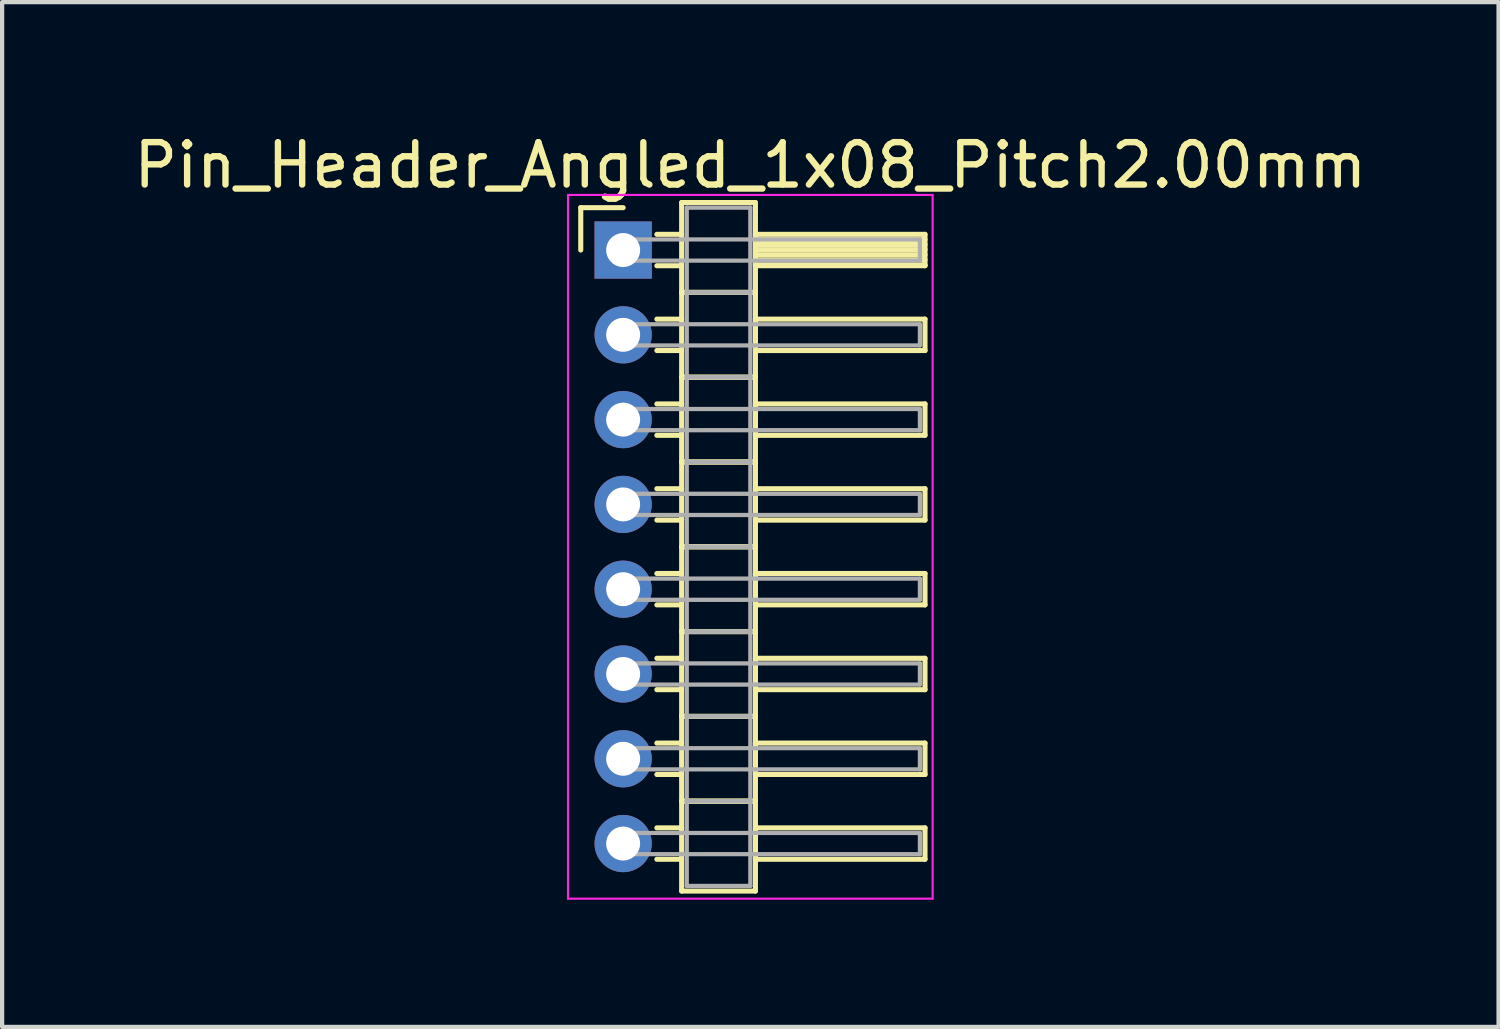
<source format=kicad_pcb>
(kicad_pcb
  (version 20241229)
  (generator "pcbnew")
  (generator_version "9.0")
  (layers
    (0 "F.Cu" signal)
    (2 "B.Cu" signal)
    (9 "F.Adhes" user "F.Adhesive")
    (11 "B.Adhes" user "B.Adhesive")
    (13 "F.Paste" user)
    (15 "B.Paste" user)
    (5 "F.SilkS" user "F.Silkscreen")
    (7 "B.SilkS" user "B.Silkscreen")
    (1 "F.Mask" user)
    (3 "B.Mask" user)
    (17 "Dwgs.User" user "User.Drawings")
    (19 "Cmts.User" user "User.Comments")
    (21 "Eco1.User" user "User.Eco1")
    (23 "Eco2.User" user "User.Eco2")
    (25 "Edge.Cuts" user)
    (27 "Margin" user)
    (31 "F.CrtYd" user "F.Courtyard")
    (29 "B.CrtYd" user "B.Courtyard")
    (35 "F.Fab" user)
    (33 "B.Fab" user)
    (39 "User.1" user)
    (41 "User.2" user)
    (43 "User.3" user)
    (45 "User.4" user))
  (footprint "Pin_Header_Angled_1x08_Pitch2.00mm"
    (layer "F.Cu")
    (at 11.649 2.848)
    (property "Reference" "Pin_Header_Angled_1x08_Pitch2.00mm" (at 3 -2 0) (layer "F.SilkS") (effects (font (size 1 1) (thickness 0.15))))
    (attr through_hole)
    (fp_line (start -1 -1) (end 0 -1) (stroke (width 0.12) (type solid)) (layer "F.SilkS"))
    (fp_line (start -1 0) (end -1 -1) (stroke (width 0.12) (type solid)) (layer "F.SilkS"))
    (fp_line (start 0.795 -0.37) (end 1.38 -0.37) (stroke (width 0.12) (type solid)) (layer "F.SilkS"))
    (fp_line (start 0.795 0.37) (end 1.38 0.37) (stroke (width 0.12) (type solid)) (layer "F.SilkS"))
    (fp_line (start 0.795 1.63) (end 1.38 1.63) (stroke (width 0.12) (type solid)) (layer "F.SilkS"))
    (fp_line (start 0.795 2.37) (end 1.38 2.37) (stroke (width 0.12) (type solid)) (layer "F.SilkS"))
    (fp_line (start 0.795 3.63) (end 1.38 3.63) (stroke (width 0.12) (type solid)) (layer "F.SilkS"))
    (fp_line (start 0.795 4.37) (end 1.38 4.37) (stroke (width 0.12) (type solid)) (layer "F.SilkS"))
    (fp_line (start 0.795 5.63) (end 1.38 5.63) (stroke (width 0.12) (type solid)) (layer "F.SilkS"))
    (fp_line (start 0.795 6.37) (end 1.38 6.37) (stroke (width 0.12) (type solid)) (layer "F.SilkS"))
    (fp_line (start 0.795 7.63) (end 1.38 7.63) (stroke (width 0.12) (type solid)) (layer "F.SilkS"))
    (fp_line (start 0.795 8.37) (end 1.38 8.37) (stroke (width 0.12) (type solid)) (layer "F.SilkS"))
    (fp_line (start 0.795 9.63) (end 1.38 9.63) (stroke (width 0.12) (type solid)) (layer "F.SilkS"))
    (fp_line (start 0.795 10.37) (end 1.38 10.37) (stroke (width 0.12) (type solid)) (layer "F.SilkS"))
    (fp_line (start 0.795 11.63) (end 1.38 11.63) (stroke (width 0.12) (type solid)) (layer "F.SilkS"))
    (fp_line (start 0.795 12.37) (end 1.38 12.37) (stroke (width 0.12) (type solid)) (layer "F.SilkS"))
    (fp_line (start 0.795 13.63) (end 1.38 13.63) (stroke (width 0.12) (type solid)) (layer "F.SilkS"))
    (fp_line (start 0.795 14.37) (end 1.38 14.37) (stroke (width 0.12) (type solid)) (layer "F.SilkS"))
    (fp_line (start 1.38 -1.12) (end 1.38 1) (stroke (width 0.12) (type solid)) (layer "F.SilkS"))
    (fp_line (start 1.38 1) (end 1.38 3) (stroke (width 0.12) (type solid)) (layer "F.SilkS"))
    (fp_line (start 1.38 1) (end 3.12 1) (stroke (width 0.12) (type solid)) (layer "F.SilkS"))
    (fp_line (start 1.38 3) (end 1.38 5) (stroke (width 0.12) (type solid)) (layer "F.SilkS"))
    (fp_line (start 1.38 3) (end 3.12 3) (stroke (width 0.12) (type solid)) (layer "F.SilkS"))
    (fp_line (start 1.38 5) (end 1.38 7) (stroke (width 0.12) (type solid)) (layer "F.SilkS"))
    (fp_line (start 1.38 5) (end 3.12 5) (stroke (width 0.12) (type solid)) (layer "F.SilkS"))
    (fp_line (start 1.38 7) (end 1.38 9) (stroke (width 0.12) (type solid)) (layer "F.SilkS"))
    (fp_line (start 1.38 7) (end 3.12 7) (stroke (width 0.12) (type solid)) (layer "F.SilkS"))
    (fp_line (start 1.38 9) (end 1.38 11) (stroke (width 0.12) (type solid)) (layer "F.SilkS"))
    (fp_line (start 1.38 9) (end 3.12 9) (stroke (width 0.12) (type solid)) (layer "F.SilkS"))
    (fp_line (start 1.38 11) (end 1.38 13) (stroke (width 0.12) (type solid)) (layer "F.SilkS"))
    (fp_line (start 1.38 11) (end 3.12 11) (stroke (width 0.12) (type solid)) (layer "F.SilkS"))
    (fp_line (start 1.38 13) (end 1.38 15.12) (stroke (width 0.12) (type solid)) (layer "F.SilkS"))
    (fp_line (start 1.38 13) (end 3.12 13) (stroke (width 0.12) (type solid)) (layer "F.SilkS"))
    (fp_line (start 1.38 15.12) (end 3.12 15.12) (stroke (width 0.12) (type solid)) (layer "F.SilkS"))
    (fp_line (start 3.12 -1.12) (end 1.38 -1.12) (stroke (width 0.12) (type solid)) (layer "F.SilkS"))
    (fp_line (start 3.12 -0.37) (end 3.12 0.37) (stroke (width 0.12) (type solid)) (layer "F.SilkS"))
    (fp_line (start 3.12 -0.25) (end 7.12 -0.25) (stroke (width 0.12) (type solid)) (layer "F.SilkS"))
    (fp_line (start 3.12 -0.13) (end 7.12 -0.13) (stroke (width 0.12) (type solid)) (layer "F.SilkS"))
    (fp_line (start 3.12 -0.01) (end 7.12 -0.01) (stroke (width 0.12) (type solid)) (layer "F.SilkS"))
    (fp_line (start 3.12 0.11) (end 7.12 0.11) (stroke (width 0.12) (type solid)) (layer "F.SilkS"))
    (fp_line (start 3.12 0.23) (end 7.12 0.23) (stroke (width 0.12) (type solid)) (layer "F.SilkS"))
    (fp_line (start 3.12 0.35) (end 7.12 0.35) (stroke (width 0.12) (type solid)) (layer "F.SilkS"))
    (fp_line (start 3.12 0.37) (end 7.12 0.37) (stroke (width 0.12) (type solid)) (layer "F.SilkS"))
    (fp_line (start 3.12 1) (end 1.38 1) (stroke (width 0.12) (type solid)) (layer "F.SilkS"))
    (fp_line (start 3.12 1) (end 3.12 -1.12) (stroke (width 0.12) (type solid)) (layer "F.SilkS"))
    (fp_line (start 3.12 1.63) (end 3.12 2.37) (stroke (width 0.12) (type solid)) (layer "F.SilkS"))
    (fp_line (start 3.12 2.37) (end 7.12 2.37) (stroke (width 0.12) (type solid)) (layer "F.SilkS"))
    (fp_line (start 3.12 3) (end 1.38 3) (stroke (width 0.12) (type solid)) (layer "F.SilkS"))
    (fp_line (start 3.12 3) (end 3.12 1) (stroke (width 0.12) (type solid)) (layer "F.SilkS"))
    (fp_line (start 3.12 3.63) (end 3.12 4.37) (stroke (width 0.12) (type solid)) (layer "F.SilkS"))
    (fp_line (start 3.12 4.37) (end 7.12 4.37) (stroke (width 0.12) (type solid)) (layer "F.SilkS"))
    (fp_line (start 3.12 5) (end 1.38 5) (stroke (width 0.12) (type solid)) (layer "F.SilkS"))
    (fp_line (start 3.12 5) (end 3.12 3) (stroke (width 0.12) (type solid)) (layer "F.SilkS"))
    (fp_line (start 3.12 5.63) (end 3.12 6.37) (stroke (width 0.12) (type solid)) (layer "F.SilkS"))
    (fp_line (start 3.12 6.37) (end 7.12 6.37) (stroke (width 0.12) (type solid)) (layer "F.SilkS"))
    (fp_line (start 3.12 7) (end 1.38 7) (stroke (width 0.12) (type solid)) (layer "F.SilkS"))
    (fp_line (start 3.12 7) (end 3.12 5) (stroke (width 0.12) (type solid)) (layer "F.SilkS"))
    (fp_line (start 3.12 7.63) (end 3.12 8.37) (stroke (width 0.12) (type solid)) (layer "F.SilkS"))
    (fp_line (start 3.12 8.37) (end 7.12 8.37) (stroke (width 0.12) (type solid)) (layer "F.SilkS"))
    (fp_line (start 3.12 9) (end 1.38 9) (stroke (width 0.12) (type solid)) (layer "F.SilkS"))
    (fp_line (start 3.12 9) (end 3.12 7) (stroke (width 0.12) (type solid)) (layer "F.SilkS"))
    (fp_line (start 3.12 9.63) (end 3.12 10.37) (stroke (width 0.12) (type solid)) (layer "F.SilkS"))
    (fp_line (start 3.12 10.37) (end 7.12 10.37) (stroke (width 0.12) (type solid)) (layer "F.SilkS"))
    (fp_line (start 3.12 11) (end 1.38 11) (stroke (width 0.12) (type solid)) (layer "F.SilkS"))
    (fp_line (start 3.12 11) (end 3.12 9) (stroke (width 0.12) (type solid)) (layer "F.SilkS"))
    (fp_line (start 3.12 11.63) (end 3.12 12.37) (stroke (width 0.12) (type solid)) (layer "F.SilkS"))
    (fp_line (start 3.12 12.37) (end 7.12 12.37) (stroke (width 0.12) (type solid)) (layer "F.SilkS"))
    (fp_line (start 3.12 13) (end 1.38 13) (stroke (width 0.12) (type solid)) (layer "F.SilkS"))
    (fp_line (start 3.12 13) (end 3.12 11) (stroke (width 0.12) (type solid)) (layer "F.SilkS"))
    (fp_line (start 3.12 13.63) (end 3.12 14.37) (stroke (width 0.12) (type solid)) (layer "F.SilkS"))
    (fp_line (start 3.12 14.37) (end 7.12 14.37) (stroke (width 0.12) (type solid)) (layer "F.SilkS"))
    (fp_line (start 3.12 15.12) (end 3.12 13) (stroke (width 0.12) (type solid)) (layer "F.SilkS"))
    (fp_line (start 7.12 -0.37) (end 3.12 -0.37) (stroke (width 0.12) (type solid)) (layer "F.SilkS"))
    (fp_line (start 7.12 0.37) (end 7.12 -0.37) (stroke (width 0.12) (type solid)) (layer "F.SilkS"))
    (fp_line (start 7.12 1.63) (end 3.12 1.63) (stroke (width 0.12) (type solid)) (layer "F.SilkS"))
    (fp_line (start 7.12 2.37) (end 7.12 1.63) (stroke (width 0.12) (type solid)) (layer "F.SilkS"))
    (fp_line (start 7.12 3.63) (end 3.12 3.63) (stroke (width 0.12) (type solid)) (layer "F.SilkS"))
    (fp_line (start 7.12 4.37) (end 7.12 3.63) (stroke (width 0.12) (type solid)) (layer "F.SilkS"))
    (fp_line (start 7.12 5.63) (end 3.12 5.63) (stroke (width 0.12) (type solid)) (layer "F.SilkS"))
    (fp_line (start 7.12 6.37) (end 7.12 5.63) (stroke (width 0.12) (type solid)) (layer "F.SilkS"))
    (fp_line (start 7.12 7.63) (end 3.12 7.63) (stroke (width 0.12) (type solid)) (layer "F.SilkS"))
    (fp_line (start 7.12 8.37) (end 7.12 7.63) (stroke (width 0.12) (type solid)) (layer "F.SilkS"))
    (fp_line (start 7.12 9.63) (end 3.12 9.63) (stroke (width 0.12) (type solid)) (layer "F.SilkS"))
    (fp_line (start 7.12 10.37) (end 7.12 9.63) (stroke (width 0.12) (type solid)) (layer "F.SilkS"))
    (fp_line (start 7.12 11.63) (end 3.12 11.63) (stroke (width 0.12) (type solid)) (layer "F.SilkS"))
    (fp_line (start 7.12 12.37) (end 7.12 11.63) (stroke (width 0.12) (type solid)) (layer "F.SilkS"))
    (fp_line (start 7.12 13.63) (end 3.12 13.63) (stroke (width 0.12) (type solid)) (layer "F.SilkS"))
    (fp_line (start 7.12 14.37) (end 7.12 13.63) (stroke (width 0.12) (type solid)) (layer "F.SilkS"))
    (fp_line (start -1.3 -1.3) (end -1.3 15.3) (stroke (width 0.05) (type solid)) (layer "F.CrtYd"))
    (fp_line (start -1.3 15.3) (end 7.3 15.3) (stroke (width 0.05) (type solid)) (layer "F.CrtYd"))
    (fp_line (start 7.3 -1.3) (end -1.3 -1.3) (stroke (width 0.05) (type solid)) (layer "F.CrtYd"))
    (fp_line (start 7.3 15.3) (end 7.3 -1.3) (stroke (width 0.05) (type solid)) (layer "F.CrtYd"))
    (fp_line (start 0 -0.25) (end 0 0.25) (stroke (width 0.1) (type solid)) (layer "F.Fab"))
    (fp_line (start 0 0.25) (end 7 0.25) (stroke (width 0.1) (type solid)) (layer "F.Fab"))
    (fp_line (start 0 1.75) (end 0 2.25) (stroke (width 0.1) (type solid)) (layer "F.Fab"))
    (fp_line (start 0 2.25) (end 7 2.25) (stroke (width 0.1) (type solid)) (layer "F.Fab"))
    (fp_line (start 0 3.75) (end 0 4.25) (stroke (width 0.1) (type solid)) (layer "F.Fab"))
    (fp_line (start 0 4.25) (end 7 4.25) (stroke (width 0.1) (type solid)) (layer "F.Fab"))
    (fp_line (start 0 5.75) (end 0 6.25) (stroke (width 0.1) (type solid)) (layer "F.Fab"))
    (fp_line (start 0 6.25) (end 7 6.25) (stroke (width 0.1) (type solid)) (layer "F.Fab"))
    (fp_line (start 0 7.75) (end 0 8.25) (stroke (width 0.1) (type solid)) (layer "F.Fab"))
    (fp_line (start 0 8.25) (end 7 8.25) (stroke (width 0.1) (type solid)) (layer "F.Fab"))
    (fp_line (start 0 9.75) (end 0 10.25) (stroke (width 0.1) (type solid)) (layer "F.Fab"))
    (fp_line (start 0 10.25) (end 7 10.25) (stroke (width 0.1) (type solid)) (layer "F.Fab"))
    (fp_line (start 0 11.75) (end 0 12.25) (stroke (width 0.1) (type solid)) (layer "F.Fab"))
    (fp_line (start 0 12.25) (end 7 12.25) (stroke (width 0.1) (type solid)) (layer "F.Fab"))
    (fp_line (start 0 13.75) (end 0 14.25) (stroke (width 0.1) (type solid)) (layer "F.Fab"))
    (fp_line (start 0 14.25) (end 7 14.25) (stroke (width 0.1) (type solid)) (layer "F.Fab"))
    (fp_line (start 1.5 -1) (end 1.5 1) (stroke (width 0.1) (type solid)) (layer "F.Fab"))
    (fp_line (start 1.5 1) (end 1.5 3) (stroke (width 0.1) (type solid)) (layer "F.Fab"))
    (fp_line (start 1.5 1) (end 3 1) (stroke (width 0.1) (type solid)) (layer "F.Fab"))
    (fp_line (start 1.5 3) (end 1.5 5) (stroke (width 0.1) (type solid)) (layer "F.Fab"))
    (fp_line (start 1.5 3) (end 3 3) (stroke (width 0.1) (type solid)) (layer "F.Fab"))
    (fp_line (start 1.5 5) (end 1.5 7) (stroke (width 0.1) (type solid)) (layer "F.Fab"))
    (fp_line (start 1.5 5) (end 3 5) (stroke (width 0.1) (type solid)) (layer "F.Fab"))
    (fp_line (start 1.5 7) (end 1.5 9) (stroke (width 0.1) (type solid)) (layer "F.Fab"))
    (fp_line (start 1.5 7) (end 3 7) (stroke (width 0.1) (type solid)) (layer "F.Fab"))
    (fp_line (start 1.5 9) (end 1.5 11) (stroke (width 0.1) (type solid)) (layer "F.Fab"))
    (fp_line (start 1.5 9) (end 3 9) (stroke (width 0.1) (type solid)) (layer "F.Fab"))
    (fp_line (start 1.5 11) (end 1.5 13) (stroke (width 0.1) (type solid)) (layer "F.Fab"))
    (fp_line (start 1.5 11) (end 3 11) (stroke (width 0.1) (type solid)) (layer "F.Fab"))
    (fp_line (start 1.5 13) (end 1.5 15) (stroke (width 0.1) (type solid)) (layer "F.Fab"))
    (fp_line (start 1.5 13) (end 3 13) (stroke (width 0.1) (type solid)) (layer "F.Fab"))
    (fp_line (start 1.5 15) (end 3 15) (stroke (width 0.1) (type solid)) (layer "F.Fab"))
    (fp_line (start 3 -1) (end 1.5 -1) (stroke (width 0.1) (type solid)) (layer "F.Fab"))
    (fp_line (start 3 1) (end 1.5 1) (stroke (width 0.1) (type solid)) (layer "F.Fab"))
    (fp_line (start 3 1) (end 3 -1) (stroke (width 0.1) (type solid)) (layer "F.Fab"))
    (fp_line (start 3 3) (end 1.5 3) (stroke (width 0.1) (type solid)) (layer "F.Fab"))
    (fp_line (start 3 3) (end 3 1) (stroke (width 0.1) (type solid)) (layer "F.Fab"))
    (fp_line (start 3 5) (end 1.5 5) (stroke (width 0.1) (type solid)) (layer "F.Fab"))
    (fp_line (start 3 5) (end 3 3) (stroke (width 0.1) (type solid)) (layer "F.Fab"))
    (fp_line (start 3 7) (end 1.5 7) (stroke (width 0.1) (type solid)) (layer "F.Fab"))
    (fp_line (start 3 7) (end 3 5) (stroke (width 0.1) (type solid)) (layer "F.Fab"))
    (fp_line (start 3 9) (end 1.5 9) (stroke (width 0.1) (type solid)) (layer "F.Fab"))
    (fp_line (start 3 9) (end 3 7) (stroke (width 0.1) (type solid)) (layer "F.Fab"))
    (fp_line (start 3 11) (end 1.5 11) (stroke (width 0.1) (type solid)) (layer "F.Fab"))
    (fp_line (start 3 11) (end 3 9) (stroke (width 0.1) (type solid)) (layer "F.Fab"))
    (fp_line (start 3 13) (end 1.5 13) (stroke (width 0.1) (type solid)) (layer "F.Fab"))
    (fp_line (start 3 13) (end 3 11) (stroke (width 0.1) (type solid)) (layer "F.Fab"))
    (fp_line (start 3 15) (end 3 13) (stroke (width 0.1) (type solid)) (layer "F.Fab"))
    (fp_line (start 7 -0.25) (end 0 -0.25) (stroke (width 0.1) (type solid)) (layer "F.Fab"))
    (fp_line (start 7 0.25) (end 7 -0.25) (stroke (width 0.1) (type solid)) (layer "F.Fab"))
    (fp_line (start 7 1.75) (end 0 1.75) (stroke (width 0.1) (type solid)) (layer "F.Fab"))
    (fp_line (start 7 2.25) (end 7 1.75) (stroke (width 0.1) (type solid)) (layer "F.Fab"))
    (fp_line (start 7 3.75) (end 0 3.75) (stroke (width 0.1) (type solid)) (layer "F.Fab"))
    (fp_line (start 7 4.25) (end 7 3.75) (stroke (width 0.1) (type solid)) (layer "F.Fab"))
    (fp_line (start 7 5.75) (end 0 5.75) (stroke (width 0.1) (type solid)) (layer "F.Fab"))
    (fp_line (start 7 6.25) (end 7 5.75) (stroke (width 0.1) (type solid)) (layer "F.Fab"))
    (fp_line (start 7 7.75) (end 0 7.75) (stroke (width 0.1) (type solid)) (layer "F.Fab"))
    (fp_line (start 7 8.25) (end 7 7.75) (stroke (width 0.1) (type solid)) (layer "F.Fab"))
    (fp_line (start 7 9.75) (end 0 9.75) (stroke (width 0.1) (type solid)) (layer "F.Fab"))
    (fp_line (start 7 10.25) (end 7 9.75) (stroke (width 0.1) (type solid)) (layer "F.Fab"))
    (fp_line (start 7 11.75) (end 0 11.75) (stroke (width 0.1) (type solid)) (layer "F.Fab"))
    (fp_line (start 7 12.25) (end 7 11.75) (stroke (width 0.1) (type solid)) (layer "F.Fab"))
    (fp_line (start 7 13.75) (end 0 13.75) (stroke (width 0.1) (type solid)) (layer "F.Fab"))
    (fp_line (start 7 14.25) (end 7 13.75) (stroke (width 0.1) (type solid)) (layer "F.Fab"))
    (pad "1" thru_hole rect (at 0 0) (size 1.35 1.35) (drill 0.8) (layers "*.Cu" "*.Mask"))
    (pad "2" thru_hole oval (at 0 2) (size 1.35 1.35) (drill 0.8) (layers "*.Cu" "*.Mask"))
    (pad "3" thru_hole oval (at 0 4) (size 1.35 1.35) (drill 0.8) (layers "*.Cu" "*.Mask"))
    (pad "4" thru_hole oval (at 0 6) (size 1.35 1.35) (drill 0.8) (layers "*.Cu" "*.Mask"))
    (pad "5" thru_hole oval (at 0 8) (size 1.35 1.35) (drill 0.8) (layers "*.Cu" "*.Mask"))
    (pad "6" thru_hole oval (at 0 10) (size 1.35 1.35) (drill 0.8) (layers "*.Cu" "*.Mask"))
    (pad "7" thru_hole oval (at 0 12) (size 1.35 1.35) (drill 0.8) (layers "*.Cu" "*.Mask"))
    (pad "8" thru_hole oval (at 0 14) (size 1.35 1.35) (drill 0.8) (layers "*.Cu" "*.Mask")))
  (gr_rect
    (start -3 -3)
    (end 32.298 21.173)
    (stroke (width 0.1) (type default))
    (fill no)
    (layer "Edge.Cuts")))
</source>
